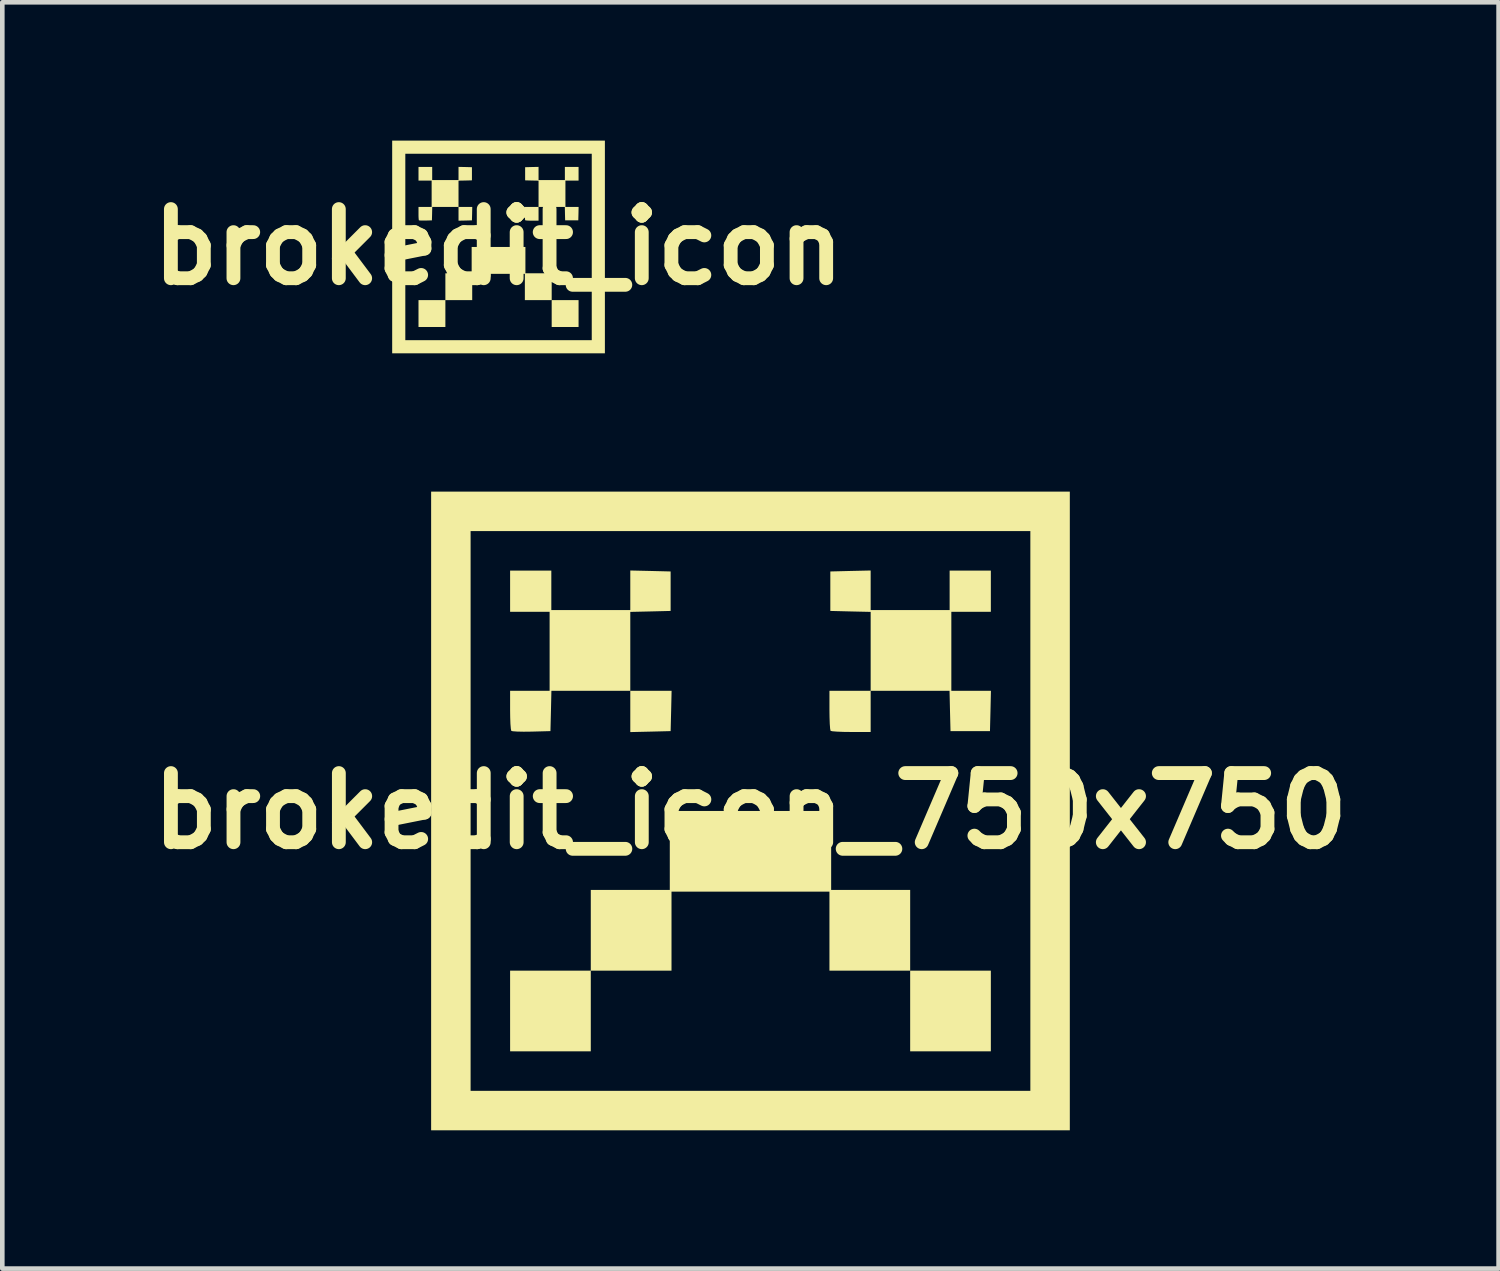
<source format=kicad_pcb>
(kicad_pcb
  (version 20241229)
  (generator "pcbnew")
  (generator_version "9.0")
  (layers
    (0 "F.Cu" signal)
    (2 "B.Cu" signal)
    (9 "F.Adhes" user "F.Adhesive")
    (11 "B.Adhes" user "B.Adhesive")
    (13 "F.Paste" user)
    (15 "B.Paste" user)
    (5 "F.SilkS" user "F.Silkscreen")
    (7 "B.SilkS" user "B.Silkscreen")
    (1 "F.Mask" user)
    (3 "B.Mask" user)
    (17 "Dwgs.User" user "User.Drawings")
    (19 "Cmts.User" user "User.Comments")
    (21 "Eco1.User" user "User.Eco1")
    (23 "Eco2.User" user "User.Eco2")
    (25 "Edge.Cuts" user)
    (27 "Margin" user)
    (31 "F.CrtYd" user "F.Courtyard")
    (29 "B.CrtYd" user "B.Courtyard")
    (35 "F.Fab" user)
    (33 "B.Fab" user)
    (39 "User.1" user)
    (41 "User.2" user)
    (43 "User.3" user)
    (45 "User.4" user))
  (footprint "brokedit_icon_750x750"
    (layer "F.Cu")
    (at 13.229 14.541)
    (property "Reference" "brokedit_icon_750x750" (at 0 0 0) (layer "F.SilkS") (effects (font (size 1.5 1.5) (thickness 0.3))))
    (attr board_only exclude_from_pos_files exclude_from_bom)
    (fp_poly (pts (xy -1.721 -2.169) (xy -1.732 -1.732) (xy -2.169 -1.721) (xy -2.607 -1.711) (xy -2.607 -2.159) (xy -2.607 -2.607) (xy -2.159 -2.607) (xy -1.711 -2.607)) (stroke (width 0) (type solid)) (fill yes) (layer "F.SilkS"))
    (fp_poly (pts (xy 5.214 4.339) (xy 5.214 5.214) (xy 4.339 5.214) (xy 3.464 5.214) (xy 3.464 4.339) (xy 3.464 3.464) (xy 4.339 3.464) (xy 5.214 3.464)) (stroke (width 0) (type solid)) (fill yes) (layer "F.SilkS"))
    (fp_poly (pts (xy 6.927 0) (xy 6.927 6.927) (xy 0 6.927) (xy -6.927 6.927) (xy -6.927 0) (xy -6.071 0) (xy -6.071 6.071) (xy 0 6.071) (xy 6.071 6.071) (xy 6.071 0) (xy 6.071 -6.071) (xy 0 -6.071) (xy -6.071 -6.071) (xy -6.071 0) (xy -6.927 0) (xy -6.927 -6.927) (xy 0 -6.927) (xy 6.927 -6.927)) (stroke (width 0) (type solid)) (fill yes) (layer "F.SilkS"))
    (fp_poly (pts (xy 1.75 0.857) (xy 1.75 1.713) (xy 2.607 1.713) (xy 3.464 1.713) (xy 3.464 2.588) (xy 3.464 3.464) (xy 2.588 3.464) (xy 1.713 3.464) (xy 1.713 2.607) (xy 1.713 1.75) (xy 0 1.75) (xy -1.713 1.75) (xy -1.713 2.607) (xy -1.713 3.464) (xy -2.588 3.464) (xy -3.464 3.464) (xy -3.464 4.339) (xy -3.464 5.214) (xy -4.339 5.214) (xy -5.214 5.214) (xy -5.214 4.339) (xy -5.214 3.464) (xy -4.339 3.464) (xy -3.464 3.464) (xy -3.464 2.588) (xy -3.464 1.713) (xy -2.607 1.713) (xy -1.75 1.713) (xy -1.75 0.857) (xy -1.75 0) (xy 0 0) (xy 1.75 0)) (stroke (width 0) (type solid)) (fill yes) (layer "F.SilkS"))
    (fp_poly (pts (xy -2.169 -5.206) (xy -1.732 -5.195) (xy -1.732 -4.767) (xy -1.732 -4.339) (xy -2.169 -4.328) (xy -2.607 -4.318) (xy -2.607 -3.462) (xy -2.607 -2.607) (xy -3.462 -2.607) (xy -4.318 -2.607) (xy -4.328 -2.169) (xy -4.339 -1.732) (xy -4.75 -1.721) (xy -4.919 -1.719) (xy -5.059 -1.722) (xy -5.154 -1.729) (xy -5.188 -1.737) (xy -5.198 -1.782) (xy -5.207 -1.887) (xy -5.212 -2.033) (xy -5.214 -2.185) (xy -5.214 -2.607) (xy -4.786 -2.607) (xy -4.357 -2.607) (xy -4.357 -3.464) (xy -4.357 -4.32) (xy -4.786 -4.32) (xy -5.214 -4.32) (xy -5.214 -4.767) (xy -5.214 -5.214) (xy -4.767 -5.214) (xy -4.32 -5.214) (xy -4.32 -4.786) (xy -4.32 -4.357) (xy -3.464 -4.357) (xy -2.607 -4.357) (xy -2.607 -4.787) (xy -2.607 -5.216)) (stroke (width 0) (type solid)) (fill yes) (layer "F.SilkS"))
    (fp_poly (pts (xy 2.607 -4.787) (xy 2.607 -4.357) (xy 3.464 -4.357) (xy 4.32 -4.357) (xy 4.32 -4.786) (xy 4.32 -5.214) (xy 4.767 -5.214) (xy 5.214 -5.214) (xy 5.214 -4.767) (xy 5.214 -4.32) (xy 4.786 -4.32) (xy 4.357 -4.32) (xy 4.357 -3.464) (xy 4.357 -2.607) (xy 4.787 -2.607) (xy 5.216 -2.607) (xy 5.206 -2.169) (xy 5.195 -1.732) (xy 4.767 -1.732) (xy 4.339 -1.732) (xy 4.328 -2.169) (xy 4.318 -2.607) (xy 3.462 -2.607) (xy 2.607 -2.607) (xy 2.607 -2.16) (xy 2.607 -1.713) (xy 2.185 -1.713) (xy 2.015 -1.715) (xy 1.872 -1.721) (xy 1.775 -1.729) (xy 1.738 -1.738) (xy 1.728 -1.783) (xy 1.72 -1.887) (xy 1.715 -2.033) (xy 1.713 -2.185) (xy 1.713 -2.607) (xy 2.16 -2.607) (xy 2.607 -2.607) (xy 2.607 -3.462) (xy 2.607 -4.318) (xy 2.169 -4.328) (xy 1.732 -4.339) (xy 1.732 -4.767) (xy 1.732 -5.195) (xy 2.169 -5.206) (xy 2.607 -5.216)) (stroke (width 0) (type solid)) (fill yes) (layer "F.SilkS")))
  (footprint "brokedit_icon"
    (layer "F.Cu")
    (at 7.764 2.307)
    (property "Reference" "brokedit_icon" (at 0 0 0) (layer "F.SilkS") (effects (font (size 1.5 1.5) (thickness 0.3))))
    (attr board_only exclude_from_pos_files exclude_from_bom)
    (fp_poly (pts (xy -0.573 -0.722) (xy -0.577 -0.577) (xy -0.722 -0.573) (xy -0.868 -0.57) (xy -0.868 -0.719) (xy -0.868 -0.868) (xy -0.719 -0.868) (xy -0.57 -0.868)) (stroke (width 0) (type solid)) (fill yes) (layer "F.SilkS"))
    (fp_poly (pts (xy 1.736 1.445) (xy 1.736 1.736) (xy 1.445 1.736) (xy 1.153 1.736) (xy 1.153 1.445) (xy 1.153 1.153) (xy 1.445 1.153) (xy 1.736 1.153)) (stroke (width 0) (type solid)) (fill yes) (layer "F.SilkS"))
    (fp_poly (pts (xy 2.307 0) (xy 2.307 2.307) (xy 0 2.307) (xy -2.307 2.307) (xy -2.307 0) (xy -2.022 0) (xy -2.022 2.022) (xy 0 2.022) (xy 2.022 2.022) (xy 2.022 0) (xy 2.022 -2.022) (xy 0 -2.022) (xy -2.022 -2.022) (xy -2.022 0) (xy -2.307 0) (xy -2.307 -2.307) (xy 0 -2.307) (xy 2.307 -2.307)) (stroke (width 0) (type solid)) (fill yes) (layer "F.SilkS"))
    (fp_poly (pts (xy 0.583 0.285) (xy 0.583 0.571) (xy 0.868 0.571) (xy 1.153 0.571) (xy 1.153 0.862) (xy 1.153 1.153) (xy 0.862 1.153) (xy 0.571 1.153) (xy 0.571 0.868) (xy 0.571 0.583) (xy 0 0.583) (xy -0.571 0.583) (xy -0.571 0.868) (xy -0.571 1.153) (xy -0.862 1.153) (xy -1.153 1.153) (xy -1.153 1.445) (xy -1.153 1.736) (xy -1.445 1.736) (xy -1.736 1.736) (xy -1.736 1.445) (xy -1.736 1.153) (xy -1.445 1.153) (xy -1.153 1.153) (xy -1.153 0.862) (xy -1.153 0.571) (xy -0.868 0.571) (xy -0.583 0.571) (xy -0.583 0.285) (xy -0.583 0) (xy 0 0) (xy 0.583 0)) (stroke (width 0) (type solid)) (fill yes) (layer "F.SilkS"))
    (fp_poly (pts (xy -0.722 -1.734) (xy -0.577 -1.73) (xy -0.577 -1.587) (xy -0.577 -1.445) (xy -0.722 -1.441) (xy -0.868 -1.438) (xy -0.868 -1.153) (xy -0.868 -0.868) (xy -1.153 -0.868) (xy -1.438 -0.868) (xy -1.441 -0.722) (xy -1.445 -0.577) (xy -1.582 -0.573) (xy -1.638 -0.573) (xy -1.685 -0.573) (xy -1.716 -0.576) (xy -1.728 -0.578) (xy -1.731 -0.594) (xy -1.734 -0.628) (xy -1.736 -0.677) (xy -1.736 -0.728) (xy -1.736 -0.868) (xy -1.594 -0.868) (xy -1.451 -0.868) (xy -1.451 -1.153) (xy -1.451 -1.439) (xy -1.594 -1.439) (xy -1.736 -1.439) (xy -1.736 -1.587) (xy -1.736 -1.736) (xy -1.587 -1.736) (xy -1.439 -1.736) (xy -1.439 -1.594) (xy -1.439 -1.451) (xy -1.153 -1.451) (xy -0.868 -1.451) (xy -0.868 -1.594) (xy -0.868 -1.737)) (stroke (width 0) (type solid)) (fill yes) (layer "F.SilkS"))
    (fp_poly (pts (xy 0.868 -1.594) (xy 0.868 -1.451) (xy 1.153 -1.451) (xy 1.439 -1.451) (xy 1.439 -1.594) (xy 1.439 -1.736) (xy 1.587 -1.736) (xy 1.736 -1.736) (xy 1.736 -1.587) (xy 1.736 -1.439) (xy 1.594 -1.439) (xy 1.451 -1.439) (xy 1.451 -1.153) (xy 1.451 -0.868) (xy 1.594 -0.868) (xy 1.737 -0.868) (xy 1.734 -0.722) (xy 1.73 -0.577) (xy 1.587 -0.577) (xy 1.445 -0.577) (xy 1.441 -0.722) (xy 1.438 -0.868) (xy 1.153 -0.868) (xy 0.868 -0.868) (xy 0.868 -0.719) (xy 0.868 -0.571) (xy 0.728 -0.571) (xy 0.671 -0.571) (xy 0.624 -0.573) (xy 0.591 -0.576) (xy 0.579 -0.579) (xy 0.575 -0.594) (xy 0.573 -0.628) (xy 0.571 -0.677) (xy 0.571 -0.728) (xy 0.571 -0.868) (xy 0.719 -0.868) (xy 0.868 -0.868) (xy 0.868 -1.153) (xy 0.868 -1.438) (xy 0.722 -1.441) (xy 0.577 -1.445) (xy 0.577 -1.587) (xy 0.577 -1.73) (xy 0.722 -1.734) (xy 0.868 -1.737)) (stroke (width 0) (type solid)) (fill yes) (layer "F.SilkS")))
  (gr_rect
    (start -3 -3)
    (end 29.457 24.468)
    (stroke (width 0.1) (type default))
    (fill no)
    (layer "Edge.Cuts")))
</source>
